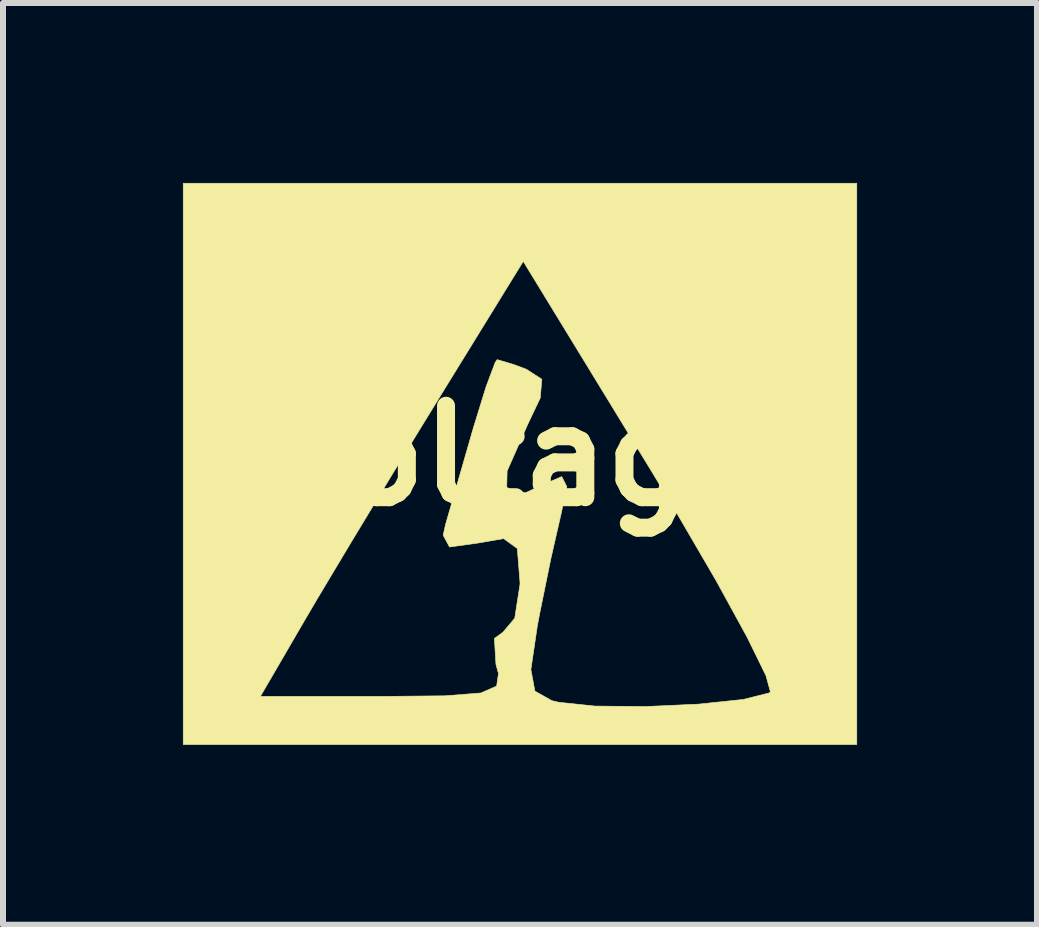
<source format=kicad_pcb>
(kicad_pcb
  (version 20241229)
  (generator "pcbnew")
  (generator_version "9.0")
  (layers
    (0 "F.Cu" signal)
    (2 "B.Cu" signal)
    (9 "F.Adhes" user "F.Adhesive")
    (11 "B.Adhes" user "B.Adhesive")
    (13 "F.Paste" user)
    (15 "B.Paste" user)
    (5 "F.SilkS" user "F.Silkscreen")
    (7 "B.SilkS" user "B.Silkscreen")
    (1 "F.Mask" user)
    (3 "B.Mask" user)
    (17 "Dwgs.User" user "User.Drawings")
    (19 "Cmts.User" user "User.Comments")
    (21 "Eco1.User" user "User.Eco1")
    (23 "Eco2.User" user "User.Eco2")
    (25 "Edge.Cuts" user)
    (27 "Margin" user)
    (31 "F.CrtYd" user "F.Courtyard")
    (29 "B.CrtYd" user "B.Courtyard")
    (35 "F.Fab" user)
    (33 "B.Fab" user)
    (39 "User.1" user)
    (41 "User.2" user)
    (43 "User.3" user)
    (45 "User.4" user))
  (footprint "voltage"
    (layer "F.Cu")
    (at 5.62 4.55)
    (property "Reference" "voltage" (at 0 0 0) (layer "F.SilkS") (effects (font (size 1.524 1.524) (thickness 0.3))))
    (attr through_hole)
    (fp_poly (pts (xy 5.615 4.813) (xy -5.615 4.813) (xy -5.615 4.011) (xy -4.329 4.011) (xy -2.28 4.011) (xy -1.25 4.001) (xy -0.653 3.954) (xy -0.39 3.839) (xy -0.359 3.63) (xy -0.401 3.476) (xy -0.427 3.045) (xy -0.285 2.941) (xy -0.088 2.708) (xy -0.000241 2.144) (xy 0 2.11) (xy -0.045 1.545) (xy -0.273 1.38) (xy -0.69 1.452) (xy -1.175 1.52) (xy -1.281 1.324) (xy -1.242 1.147) (xy -1.083 0.595) (xy -0.854 -0.201) (xy -0.777 -0.468) (xy -0.566 -1.152) (xy -0.414 -1.557) (xy -0.381 -1.604) (xy -0.107 -1.523) (xy 0.105 -1.444) (xy 0.364 -1.277) (xy 0.337 -0.964) (xy 0.127 -0.522) (xy -0.215 0.253) (xy -0.224 0.624) (xy 0.104 0.611) (xy 0.304 0.515) (xy 0.695 0.346) (xy 0.781 0.514) (xy 0.688 0.953) (xy 0.516 1.706) (xy 0.327 2.632) (xy 0.288 2.84) (xy 0.181 3.562) (xy 0.248 3.923) (xy 0.531 4.082) (xy 0.639 4.108) (xy 1.247 4.172) (xy 2.086 4.18) (xy 2.972 4.14) (xy 3.72 4.062) (xy 4.148 3.955) (xy 4.175 3.935) (xy 4.1 3.663) (xy 3.784 3.019) (xy 3.273 2.087) (xy 2.609 0.947) (xy 2.197 0.264) (xy 0.054 -3.243) (xy -1.398 -0.886) (xy -2.109 0.273) (xy -2.804 1.421) (xy -3.378 2.38) (xy -3.59 2.741) (xy -4.329 4.011) (xy -5.615 4.011) (xy -5.615 -4.545) (xy 5.615 -4.545) (xy 5.615 4.813)) (stroke (width 0.01) (type solid)) (fill yes) (layer "F.SilkS")))
  (gr_rect
    (start -3 -3)
    (end 14.239 12.368)
    (stroke (width 0.1) (type default))
    (fill no)
    (layer "Edge.Cuts")))
</source>
